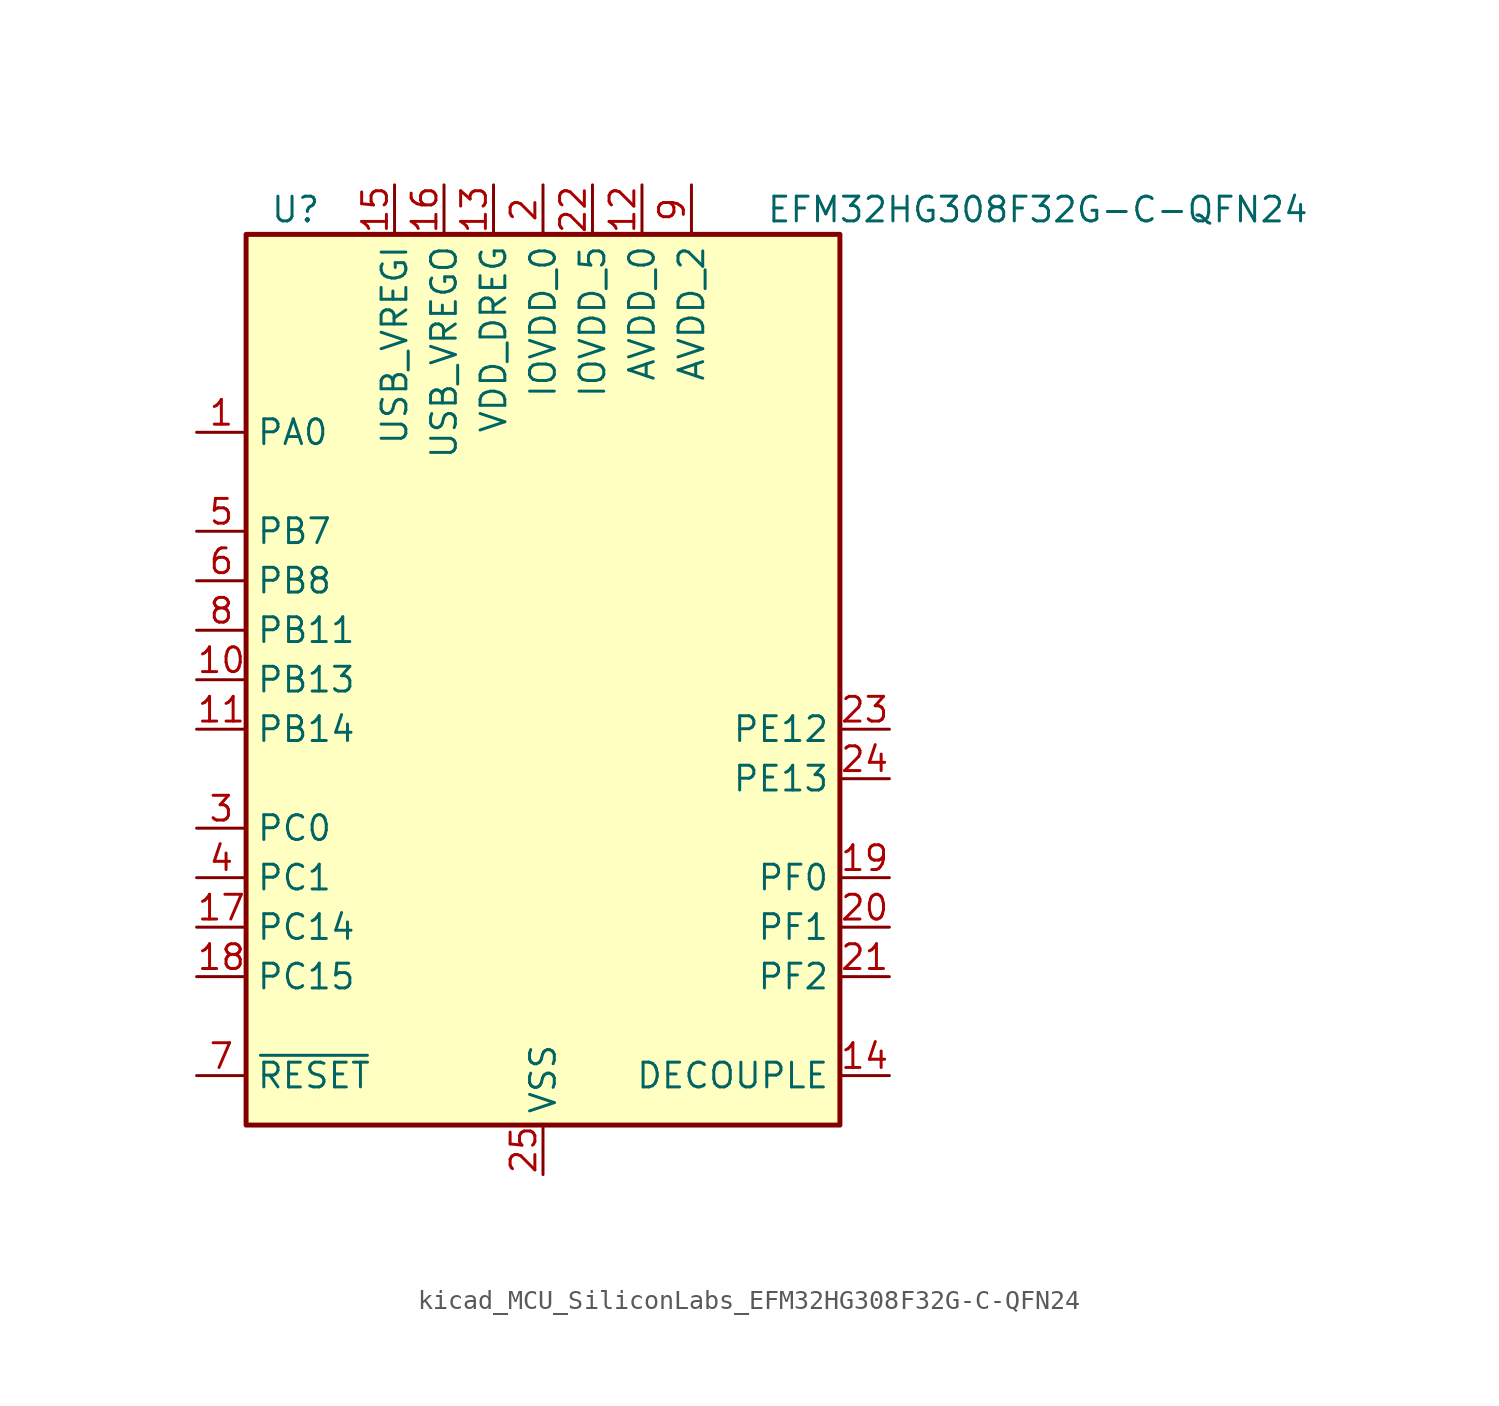
<source format=kicad_sym>
(kicad_symbol_lib
  (version 20220914)
  (generator kicad_symbol_editor)
  (symbol "kicad_MCU_SiliconLabs_EFM32HG308F32G-C-QFN24"
    (property "Reference" "U"
      (at -12.7 24.13 0)
      (effects (font (size 1.27 1.27))))
    (property "Value" "EFM32HG308F32G-C-QFN24"
      (at 25.4 24.13 0)
      (effects (font (size 1.27 1.27))))
    (symbol "kicad_MCU_SiliconLabs_EFM32HG308F32G-C-QFN24_0_1"
      (rectangle (start -15.24 22.86) (end 15.24 -22.86) (stroke (width 0.254) (type default)) (fill (type background))))
    (symbol "kicad_MCU_SiliconLabs_EFM32HG308F32G-C-QFN24_1_1"
      (pin bidirectional line (at -17.78 12.7 0) (length 2.54) (name "PA0" (effects (font (size 1.27 1.27)))) (number "1" (effects (font (size 1.27 1.27)))))
      (pin bidirectional line (at -17.78 0 0) (length 2.54) (name "PB13" (effects (font (size 1.27 1.27)))) (number "10" (effects (font (size 1.27 1.27)))))
      (pin bidirectional line (at -17.78 -2.54 0) (length 2.54) (name "PB14" (effects (font (size 1.27 1.27)))) (number "11" (effects (font (size 1.27 1.27)))))
      (pin power_in line (at 5.08 25.4 270) (length 2.54) (name "AVDD_0" (effects (font (size 1.27 1.27)))) (number "12" (effects (font (size 1.27 1.27)))))
      (pin power_in line (at -2.54 25.4 270) (length 2.54) (name "VDD_DREG" (effects (font (size 1.27 1.27)))) (number "13" (effects (font (size 1.27 1.27)))))
      (pin passive line (at 17.78 -20.32 180) (length 2.54) (name "DECOUPLE" (effects (font (size 1.27 1.27)))) (number "14" (effects (font (size 1.27 1.27)))))
      (pin power_in line (at -7.62 25.4 270) (length 2.54) (name "USB_VREGI" (effects (font (size 1.27 1.27)))) (number "15" (effects (font (size 1.27 1.27)))))
      (pin power_out line (at -5.08 25.4 270) (length 2.54) (name "USB_VREGO" (effects (font (size 1.27 1.27)))) (number "16" (effects (font (size 1.27 1.27)))))
      (pin bidirectional line (at -17.78 -12.7 0) (length 2.54) (name "PC14" (effects (font (size 1.27 1.27)))) (number "17" (effects (font (size 1.27 1.27)))))
      (pin bidirectional line (at -17.78 -15.24 0) (length 2.54) (name "PC15" (effects (font (size 1.27 1.27)))) (number "18" (effects (font (size 1.27 1.27)))))
      (pin bidirectional line (at 17.78 -10.16 180) (length 2.54) (name "PF0" (effects (font (size 1.27 1.27)))) (number "19" (effects (font (size 1.27 1.27)))))
      (pin power_in line (at 0 25.4 270) (length 2.54) (name "IOVDD_0" (effects (font (size 1.27 1.27)))) (number "2" (effects (font (size 1.27 1.27)))))
      (pin bidirectional line (at 17.78 -12.7 180) (length 2.54) (name "PF1" (effects (font (size 1.27 1.27)))) (number "20" (effects (font (size 1.27 1.27)))))
      (pin bidirectional line (at 17.78 -15.24 180) (length 2.54) (name "PF2" (effects (font (size 1.27 1.27)))) (number "21" (effects (font (size 1.27 1.27)))))
      (pin power_in line (at 2.54 25.4 270) (length 2.54) (name "IOVDD_5" (effects (font (size 1.27 1.27)))) (number "22" (effects (font (size 1.27 1.27)))))
      (pin bidirectional line (at 17.78 -2.54 180) (length 2.54) (name "PE12" (effects (font (size 1.27 1.27)))) (number "23" (effects (font (size 1.27 1.27)))))
      (pin bidirectional line (at 17.78 -5.08 180) (length 2.54) (name "PE13" (effects (font (size 1.27 1.27)))) (number "24" (effects (font (size 1.27 1.27)))))
      (pin power_in line (at 0 -25.4 90) (length 2.54) (name "VSS" (effects (font (size 1.27 1.27)))) (number "25" (effects (font (size 1.27 1.27)))))
      (pin bidirectional line (at -17.78 -7.62 0) (length 2.54) (name "PC0" (effects (font (size 1.27 1.27)))) (number "3" (effects (font (size 1.27 1.27)))))
      (pin bidirectional line (at -17.78 -10.16 0) (length 2.54) (name "PC1" (effects (font (size 1.27 1.27)))) (number "4" (effects (font (size 1.27 1.27)))))
      (pin bidirectional line (at -17.78 7.62 0) (length 2.54) (name "PB7" (effects (font (size 1.27 1.27)))) (number "5" (effects (font (size 1.27 1.27)))))
      (pin bidirectional line (at -17.78 5.08 0) (length 2.54) (name "PB8" (effects (font (size 1.27 1.27)))) (number "6" (effects (font (size 1.27 1.27)))))
      (pin input line (at -17.78 -20.32 0) (length 2.54) (name "~{RESET}" (effects (font (size 1.27 1.27)))) (number "7" (effects (font (size 1.27 1.27)))))
      (pin bidirectional line (at -17.78 2.54 0) (length 2.54) (name "PB11" (effects (font (size 1.27 1.27)))) (number "8" (effects (font (size 1.27 1.27)))))
      (pin power_in line (at 7.62 25.4 270) (length 2.54) (name "AVDD_2" (effects (font (size 1.27 1.27)))) (number "9" (effects (font (size 1.27 1.27))))))))
</source>
